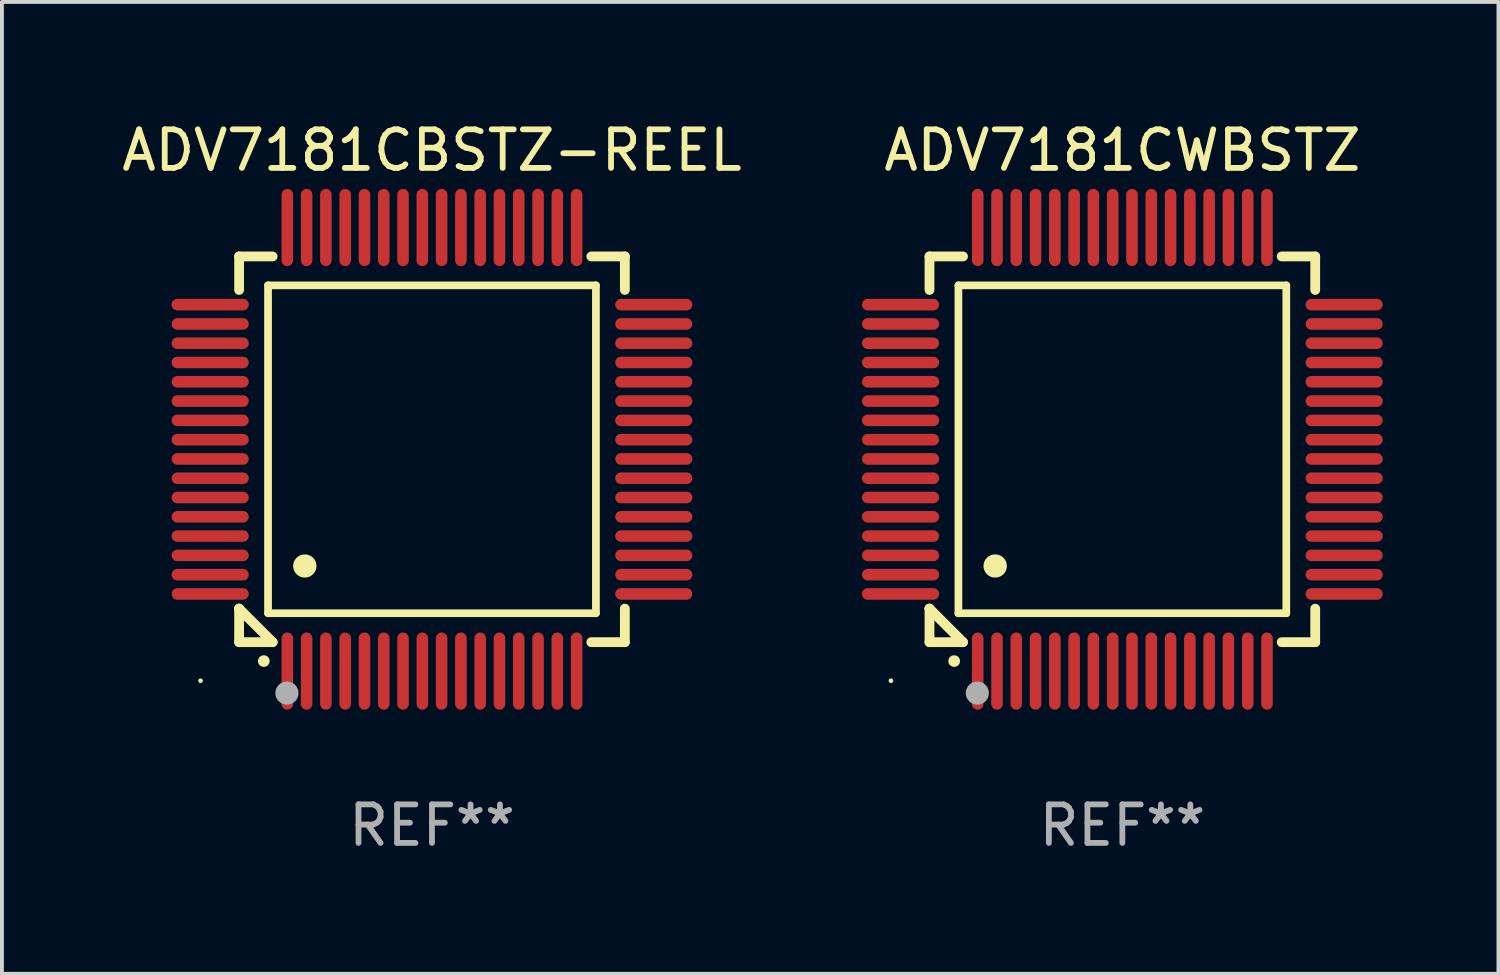
<source format=kicad_pcb>
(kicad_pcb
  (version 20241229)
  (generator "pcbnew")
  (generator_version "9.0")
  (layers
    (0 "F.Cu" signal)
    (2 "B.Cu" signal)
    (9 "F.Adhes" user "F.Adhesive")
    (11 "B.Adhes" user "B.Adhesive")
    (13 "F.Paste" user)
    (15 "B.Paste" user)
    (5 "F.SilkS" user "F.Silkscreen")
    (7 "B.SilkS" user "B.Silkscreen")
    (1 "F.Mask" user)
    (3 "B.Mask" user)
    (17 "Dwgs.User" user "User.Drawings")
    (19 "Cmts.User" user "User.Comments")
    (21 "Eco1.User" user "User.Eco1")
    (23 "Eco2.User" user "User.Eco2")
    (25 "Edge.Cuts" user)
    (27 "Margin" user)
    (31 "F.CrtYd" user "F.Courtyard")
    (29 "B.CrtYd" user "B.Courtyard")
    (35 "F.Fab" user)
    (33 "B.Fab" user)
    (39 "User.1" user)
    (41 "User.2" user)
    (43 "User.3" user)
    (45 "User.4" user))
  (footprint "ADV7181CBSTZ-REEL"
    (layer "F.Cu")
    (at 8.149 8.598)
    (property "Reference" "ADV7181CBSTZ-REEL" (at 0 -7.75 0) (layer "F.SilkS") (effects (font (size 1 1) (thickness 0.15))))
    (attr through_hole)
    (fp_line (start -5 -5) (end -4.131 -5) (stroke (width 0.254) (type solid)) (layer "F.SilkS"))
    (fp_line (start -5 -4.131) (end -5 -5) (stroke (width 0.254) (type solid)) (layer "F.SilkS"))
    (fp_line (start -5 4.131) (end -5 4.131) (stroke (width 0.254) (type solid)) (layer "F.SilkS"))
    (fp_line (start -5 5) (end -5 4.131) (stroke (width 0.254) (type solid)) (layer "F.SilkS"))
    (fp_line (start -5 4.131) (end -4.131 5) (stroke (width 0.254) (type solid)) (layer "F.SilkS"))
    (fp_line (start -4.25 -4.25) (end -4.25 4.25) (stroke (width 0.2) (type solid)) (layer "F.SilkS"))
    (fp_line (start -4.25 4.25) (end 4.25 4.25) (stroke (width 0.2) (type solid)) (layer "F.SilkS"))
    (fp_line (start -4.131 5) (end -5 5) (stroke (width 0.254) (type solid)) (layer "F.SilkS"))
    (fp_line (start 4.25 -4.25) (end -4.25 -4.25) (stroke (width 0.2) (type solid)) (layer "F.SilkS"))
    (fp_line (start 4.25 4.25) (end 4.25 -4.25) (stroke (width 0.2) (type solid)) (layer "F.SilkS"))
    (fp_line (start 5 -5) (end 4.131 -5) (stroke (width 0.254) (type solid)) (layer "F.SilkS"))
    (fp_line (start 5 -5) (end 5 -4.131) (stroke (width 0.254) (type solid)) (layer "F.SilkS"))
    (fp_line (start 5 4.131) (end 5 5) (stroke (width 0.254) (type solid)) (layer "F.SilkS"))
    (fp_line (start 5 5) (end 4.131 5) (stroke (width 0.254) (type solid)) (layer "F.SilkS"))
    (fp_arc (start -4.361265 5.489992) (mid -4.359995 5.489987) (end -4.358725 5.489992) (stroke (width 0.3) (type solid)) (layer "F.SilkS"))
    (fp_arc (start -3.299467 3.025146) (mid -3.296927 3.025135) (end -3.294387 3.025146) (stroke (width 0.6) (type solid)) (layer "F.SilkS"))
    (fp_circle (center -6 6) (end -5.97 6) (stroke (width 0.06) (type solid)) (fill no) (layer "F.SilkS"))
    (fp_circle (center -3.76 6.32) (end -3.61 6.32) (stroke (width 0.3) (type solid)) (fill no) (layer "F.Fab"))
    (fp_text user "REF**" (at 0 9.75 0) (layer "F.Fab") (effects (font (size 1 1) (thickness 0.15))))
    (pad "1" smd oval (at -3.75 5.75) (size 0.3 2) (layers "F.Cu" "F.Mask" "F.Paste"))
    (pad "2" smd oval (at -3.25 5.75) (size 0.3 2) (layers "F.Cu" "F.Mask" "F.Paste"))
    (pad "3" smd oval (at -2.75 5.75) (size 0.3 2) (layers "F.Cu" "F.Mask" "F.Paste"))
    (pad "4" smd oval (at -2.25 5.75) (size 0.3 2) (layers "F.Cu" "F.Mask" "F.Paste"))
    (pad "5" smd oval (at -1.75 5.75) (size 0.3 2) (layers "F.Cu" "F.Mask" "F.Paste"))
    (pad "6" smd oval (at -1.25 5.75) (size 0.3 2) (layers "F.Cu" "F.Mask" "F.Paste"))
    (pad "7" smd oval (at -0.75 5.75) (size 0.3 2) (layers "F.Cu" "F.Mask" "F.Paste"))
    (pad "8" smd oval (at -0.25 5.75) (size 0.3 2) (layers "F.Cu" "F.Mask" "F.Paste"))
    (pad "9" smd oval (at 0.25 5.75) (size 0.3 2) (layers "F.Cu" "F.Mask" "F.Paste"))
    (pad "10" smd oval (at 0.75 5.75) (size 0.3 2) (layers "F.Cu" "F.Mask" "F.Paste"))
    (pad "11" smd oval (at 1.25 5.75) (size 0.3 2) (layers "F.Cu" "F.Mask" "F.Paste"))
    (pad "12" smd oval (at 1.75 5.75) (size 0.3 2) (layers "F.Cu" "F.Mask" "F.Paste"))
    (pad "13" smd oval (at 2.25 5.75) (size 0.3 2) (layers "F.Cu" "F.Mask" "F.Paste"))
    (pad "14" smd oval (at 2.75 5.75) (size 0.3 2) (layers "F.Cu" "F.Mask" "F.Paste"))
    (pad "15" smd oval (at 3.25 5.75) (size 0.3 2) (layers "F.Cu" "F.Mask" "F.Paste"))
    (pad "16" smd oval (at 3.75 5.75) (size 0.3 2) (layers "F.Cu" "F.Mask" "F.Paste"))
    (pad "17" smd oval (at 5.75 3.75) (size 2 0.3) (layers "F.Cu" "F.Mask" "F.Paste"))
    (pad "18" smd oval (at 5.75 3.25) (size 2 0.3) (layers "F.Cu" "F.Mask" "F.Paste"))
    (pad "19" smd oval (at 5.75 2.75) (size 2 0.3) (layers "F.Cu" "F.Mask" "F.Paste"))
    (pad "20" smd oval (at 5.75 2.25) (size 2 0.3) (layers "F.Cu" "F.Mask" "F.Paste"))
    (pad "21" smd oval (at 5.75 1.75) (size 2 0.3) (layers "F.Cu" "F.Mask" "F.Paste"))
    (pad "22" smd oval (at 5.75 1.25) (size 2 0.3) (layers "F.Cu" "F.Mask" "F.Paste"))
    (pad "23" smd oval (at 5.75 0.75) (size 2 0.3) (layers "F.Cu" "F.Mask" "F.Paste"))
    (pad "24" smd oval (at 5.75 0.25) (size 2 0.3) (layers "F.Cu" "F.Mask" "F.Paste"))
    (pad "25" smd oval (at 5.75 -0.25) (size 2 0.3) (layers "F.Cu" "F.Mask" "F.Paste"))
    (pad "26" smd oval (at 5.75 -0.75) (size 2 0.3) (layers "F.Cu" "F.Mask" "F.Paste"))
    (pad "27" smd oval (at 5.75 -1.25) (size 2 0.3) (layers "F.Cu" "F.Mask" "F.Paste"))
    (pad "28" smd oval (at 5.75 -1.75) (size 2 0.3) (layers "F.Cu" "F.Mask" "F.Paste"))
    (pad "29" smd oval (at 5.75 -2.25) (size 2 0.3) (layers "F.Cu" "F.Mask" "F.Paste"))
    (pad "30" smd oval (at 5.75 -2.75) (size 2 0.3) (layers "F.Cu" "F.Mask" "F.Paste"))
    (pad "31" smd oval (at 5.75 -3.25) (size 2 0.3) (layers "F.Cu" "F.Mask" "F.Paste"))
    (pad "32" smd oval (at 5.75 -3.75) (size 2 0.3) (layers "F.Cu" "F.Mask" "F.Paste"))
    (pad "33" smd oval (at 3.75 -5.75) (size 0.3 2) (layers "F.Cu" "F.Mask" "F.Paste"))
    (pad "34" smd oval (at 3.25 -5.75) (size 0.3 2) (layers "F.Cu" "F.Mask" "F.Paste"))
    (pad "35" smd oval (at 2.75 -5.75) (size 0.3 2) (layers "F.Cu" "F.Mask" "F.Paste"))
    (pad "36" smd oval (at 2.25 -5.75) (size 0.3 2) (layers "F.Cu" "F.Mask" "F.Paste"))
    (pad "37" smd oval (at 1.75 -5.75) (size 0.3 2) (layers "F.Cu" "F.Mask" "F.Paste"))
    (pad "38" smd oval (at 1.25 -5.75) (size 0.3 2) (layers "F.Cu" "F.Mask" "F.Paste"))
    (pad "39" smd oval (at 0.75 -5.75) (size 0.3 2) (layers "F.Cu" "F.Mask" "F.Paste"))
    (pad "40" smd oval (at 0.25 -5.75) (size 0.3 2) (layers "F.Cu" "F.Mask" "F.Paste"))
    (pad "41" smd oval (at -0.25 -5.75) (size 0.3 2) (layers "F.Cu" "F.Mask" "F.Paste"))
    (pad "42" smd oval (at -0.75 -5.75) (size 0.3 2) (layers "F.Cu" "F.Mask" "F.Paste"))
    (pad "43" smd oval (at -1.25 -5.75) (size 0.3 2) (layers "F.Cu" "F.Mask" "F.Paste"))
    (pad "44" smd oval (at -1.75 -5.75) (size 0.3 2) (layers "F.Cu" "F.Mask" "F.Paste"))
    (pad "45" smd oval (at -2.25 -5.75) (size 0.3 2) (layers "F.Cu" "F.Mask" "F.Paste"))
    (pad "46" smd oval (at -2.75 -5.75) (size 0.3 2) (layers "F.Cu" "F.Mask" "F.Paste"))
    (pad "47" smd oval (at -3.25 -5.75) (size 0.3 2) (layers "F.Cu" "F.Mask" "F.Paste"))
    (pad "48" smd oval (at -3.75 -5.75) (size 0.3 2) (layers "F.Cu" "F.Mask" "F.Paste"))
    (pad "49" smd oval (at -5.75 -3.75) (size 2 0.3) (layers "F.Cu" "F.Mask" "F.Paste"))
    (pad "50" smd oval (at -5.75 -3.25) (size 2 0.3) (layers "F.Cu" "F.Mask" "F.Paste"))
    (pad "51" smd oval (at -5.75 -2.75) (size 2 0.3) (layers "F.Cu" "F.Mask" "F.Paste"))
    (pad "52" smd oval (at -5.75 -2.25) (size 2 0.3) (layers "F.Cu" "F.Mask" "F.Paste"))
    (pad "53" smd oval (at -5.75 -1.75) (size 2 0.3) (layers "F.Cu" "F.Mask" "F.Paste"))
    (pad "54" smd oval (at -5.75 -1.25) (size 2 0.3) (layers "F.Cu" "F.Mask" "F.Paste"))
    (pad "55" smd oval (at -5.75 -0.75) (size 2 0.3) (layers "F.Cu" "F.Mask" "F.Paste"))
    (pad "56" smd oval (at -5.75 -0.25) (size 2 0.3) (layers "F.Cu" "F.Mask" "F.Paste"))
    (pad "57" smd oval (at -5.75 0.25) (size 2 0.3) (layers "F.Cu" "F.Mask" "F.Paste"))
    (pad "58" smd oval (at -5.75 0.75) (size 2 0.3) (layers "F.Cu" "F.Mask" "F.Paste"))
    (pad "59" smd oval (at -5.75 1.25) (size 2 0.3) (layers "F.Cu" "F.Mask" "F.Paste"))
    (pad "60" smd oval (at -5.75 1.75) (size 2 0.3) (layers "F.Cu" "F.Mask" "F.Paste"))
    (pad "61" smd oval (at -5.75 2.25) (size 2 0.3) (layers "F.Cu" "F.Mask" "F.Paste"))
    (pad "62" smd oval (at -5.75 2.75) (size 2 0.3) (layers "F.Cu" "F.Mask" "F.Paste"))
    (pad "63" smd oval (at -5.75 3.25) (size 2 0.3) (layers "F.Cu" "F.Mask" "F.Paste"))
    (pad "64" smd oval (at -5.75 3.75) (size 2 0.3) (layers "F.Cu" "F.Mask" "F.Paste")))
  (footprint "ADV7181CWBSTZ"
    (layer "F.Cu")
    (at 26.047 8.598)
    (property "Reference" "ADV7181CWBSTZ" (at 0 -7.75 0) (layer "F.SilkS") (effects (font (size 1 1) (thickness 0.15))))
    (attr through_hole)
    (fp_line (start -5 -5) (end -4.131 -5) (stroke (width 0.254) (type solid)) (layer "F.SilkS"))
    (fp_line (start -5 -4.131) (end -5 -5) (stroke (width 0.254) (type solid)) (layer "F.SilkS"))
    (fp_line (start -5 4.131) (end -5 4.131) (stroke (width 0.254) (type solid)) (layer "F.SilkS"))
    (fp_line (start -5 5) (end -5 4.131) (stroke (width 0.254) (type solid)) (layer "F.SilkS"))
    (fp_line (start -5 4.131) (end -4.131 5) (stroke (width 0.254) (type solid)) (layer "F.SilkS"))
    (fp_line (start -4.25 -4.25) (end -4.25 4.25) (stroke (width 0.2) (type solid)) (layer "F.SilkS"))
    (fp_line (start -4.25 4.25) (end 4.25 4.25) (stroke (width 0.2) (type solid)) (layer "F.SilkS"))
    (fp_line (start -4.131 5) (end -5 5) (stroke (width 0.254) (type solid)) (layer "F.SilkS"))
    (fp_line (start 4.25 -4.25) (end -4.25 -4.25) (stroke (width 0.2) (type solid)) (layer "F.SilkS"))
    (fp_line (start 4.25 4.25) (end 4.25 -4.25) (stroke (width 0.2) (type solid)) (layer "F.SilkS"))
    (fp_line (start 5 -5) (end 4.131 -5) (stroke (width 0.254) (type solid)) (layer "F.SilkS"))
    (fp_line (start 5 -5) (end 5 -4.131) (stroke (width 0.254) (type solid)) (layer "F.SilkS"))
    (fp_line (start 5 4.131) (end 5 5) (stroke (width 0.254) (type solid)) (layer "F.SilkS"))
    (fp_line (start 5 5) (end 4.131 5) (stroke (width 0.254) (type solid)) (layer "F.SilkS"))
    (fp_arc (start -4.361265 5.489992) (mid -4.359995 5.489987) (end -4.358725 5.489992) (stroke (width 0.3) (type solid)) (layer "F.SilkS"))
    (fp_arc (start -3.299467 3.025146) (mid -3.296927 3.025135) (end -3.294387 3.025146) (stroke (width 0.6) (type solid)) (layer "F.SilkS"))
    (fp_circle (center -6 6) (end -5.97 6) (stroke (width 0.06) (type solid)) (fill no) (layer "F.SilkS"))
    (fp_circle (center -3.76 6.32) (end -3.61 6.32) (stroke (width 0.3) (type solid)) (fill no) (layer "F.Fab"))
    (fp_text user "REF**" (at 0 9.75 0) (layer "F.Fab") (effects (font (size 1 1) (thickness 0.15))))
    (pad "1" smd oval (at -3.75 5.75) (size 0.3 2) (layers "F.Cu" "F.Mask" "F.Paste"))
    (pad "2" smd oval (at -3.25 5.75) (size 0.3 2) (layers "F.Cu" "F.Mask" "F.Paste"))
    (pad "3" smd oval (at -2.75 5.75) (size 0.3 2) (layers "F.Cu" "F.Mask" "F.Paste"))
    (pad "4" smd oval (at -2.25 5.75) (size 0.3 2) (layers "F.Cu" "F.Mask" "F.Paste"))
    (pad "5" smd oval (at -1.75 5.75) (size 0.3 2) (layers "F.Cu" "F.Mask" "F.Paste"))
    (pad "6" smd oval (at -1.25 5.75) (size 0.3 2) (layers "F.Cu" "F.Mask" "F.Paste"))
    (pad "7" smd oval (at -0.75 5.75) (size 0.3 2) (layers "F.Cu" "F.Mask" "F.Paste"))
    (pad "8" smd oval (at -0.25 5.75) (size 0.3 2) (layers "F.Cu" "F.Mask" "F.Paste"))
    (pad "9" smd oval (at 0.25 5.75) (size 0.3 2) (layers "F.Cu" "F.Mask" "F.Paste"))
    (pad "10" smd oval (at 0.75 5.75) (size 0.3 2) (layers "F.Cu" "F.Mask" "F.Paste"))
    (pad "11" smd oval (at 1.25 5.75) (size 0.3 2) (layers "F.Cu" "F.Mask" "F.Paste"))
    (pad "12" smd oval (at 1.75 5.75) (size 0.3 2) (layers "F.Cu" "F.Mask" "F.Paste"))
    (pad "13" smd oval (at 2.25 5.75) (size 0.3 2) (layers "F.Cu" "F.Mask" "F.Paste"))
    (pad "14" smd oval (at 2.75 5.75) (size 0.3 2) (layers "F.Cu" "F.Mask" "F.Paste"))
    (pad "15" smd oval (at 3.25 5.75) (size 0.3 2) (layers "F.Cu" "F.Mask" "F.Paste"))
    (pad "16" smd oval (at 3.75 5.75) (size 0.3 2) (layers "F.Cu" "F.Mask" "F.Paste"))
    (pad "17" smd oval (at 5.75 3.75) (size 2 0.3) (layers "F.Cu" "F.Mask" "F.Paste"))
    (pad "18" smd oval (at 5.75 3.25) (size 2 0.3) (layers "F.Cu" "F.Mask" "F.Paste"))
    (pad "19" smd oval (at 5.75 2.75) (size 2 0.3) (layers "F.Cu" "F.Mask" "F.Paste"))
    (pad "20" smd oval (at 5.75 2.25) (size 2 0.3) (layers "F.Cu" "F.Mask" "F.Paste"))
    (pad "21" smd oval (at 5.75 1.75) (size 2 0.3) (layers "F.Cu" "F.Mask" "F.Paste"))
    (pad "22" smd oval (at 5.75 1.25) (size 2 0.3) (layers "F.Cu" "F.Mask" "F.Paste"))
    (pad "23" smd oval (at 5.75 0.75) (size 2 0.3) (layers "F.Cu" "F.Mask" "F.Paste"))
    (pad "24" smd oval (at 5.75 0.25) (size 2 0.3) (layers "F.Cu" "F.Mask" "F.Paste"))
    (pad "25" smd oval (at 5.75 -0.25) (size 2 0.3) (layers "F.Cu" "F.Mask" "F.Paste"))
    (pad "26" smd oval (at 5.75 -0.75) (size 2 0.3) (layers "F.Cu" "F.Mask" "F.Paste"))
    (pad "27" smd oval (at 5.75 -1.25) (size 2 0.3) (layers "F.Cu" "F.Mask" "F.Paste"))
    (pad "28" smd oval (at 5.75 -1.75) (size 2 0.3) (layers "F.Cu" "F.Mask" "F.Paste"))
    (pad "29" smd oval (at 5.75 -2.25) (size 2 0.3) (layers "F.Cu" "F.Mask" "F.Paste"))
    (pad "30" smd oval (at 5.75 -2.75) (size 2 0.3) (layers "F.Cu" "F.Mask" "F.Paste"))
    (pad "31" smd oval (at 5.75 -3.25) (size 2 0.3) (layers "F.Cu" "F.Mask" "F.Paste"))
    (pad "32" smd oval (at 5.75 -3.75) (size 2 0.3) (layers "F.Cu" "F.Mask" "F.Paste"))
    (pad "33" smd oval (at 3.75 -5.75) (size 0.3 2) (layers "F.Cu" "F.Mask" "F.Paste"))
    (pad "34" smd oval (at 3.25 -5.75) (size 0.3 2) (layers "F.Cu" "F.Mask" "F.Paste"))
    (pad "35" smd oval (at 2.75 -5.75) (size 0.3 2) (layers "F.Cu" "F.Mask" "F.Paste"))
    (pad "36" smd oval (at 2.25 -5.75) (size 0.3 2) (layers "F.Cu" "F.Mask" "F.Paste"))
    (pad "37" smd oval (at 1.75 -5.75) (size 0.3 2) (layers "F.Cu" "F.Mask" "F.Paste"))
    (pad "38" smd oval (at 1.25 -5.75) (size 0.3 2) (layers "F.Cu" "F.Mask" "F.Paste"))
    (pad "39" smd oval (at 0.75 -5.75) (size 0.3 2) (layers "F.Cu" "F.Mask" "F.Paste"))
    (pad "40" smd oval (at 0.25 -5.75) (size 0.3 2) (layers "F.Cu" "F.Mask" "F.Paste"))
    (pad "41" smd oval (at -0.25 -5.75) (size 0.3 2) (layers "F.Cu" "F.Mask" "F.Paste"))
    (pad "42" smd oval (at -0.75 -5.75) (size 0.3 2) (layers "F.Cu" "F.Mask" "F.Paste"))
    (pad "43" smd oval (at -1.25 -5.75) (size 0.3 2) (layers "F.Cu" "F.Mask" "F.Paste"))
    (pad "44" smd oval (at -1.75 -5.75) (size 0.3 2) (layers "F.Cu" "F.Mask" "F.Paste"))
    (pad "45" smd oval (at -2.25 -5.75) (size 0.3 2) (layers "F.Cu" "F.Mask" "F.Paste"))
    (pad "46" smd oval (at -2.75 -5.75) (size 0.3 2) (layers "F.Cu" "F.Mask" "F.Paste"))
    (pad "47" smd oval (at -3.25 -5.75) (size 0.3 2) (layers "F.Cu" "F.Mask" "F.Paste"))
    (pad "48" smd oval (at -3.75 -5.75) (size 0.3 2) (layers "F.Cu" "F.Mask" "F.Paste"))
    (pad "49" smd oval (at -5.75 -3.75) (size 2 0.3) (layers "F.Cu" "F.Mask" "F.Paste"))
    (pad "50" smd oval (at -5.75 -3.25) (size 2 0.3) (layers "F.Cu" "F.Mask" "F.Paste"))
    (pad "51" smd oval (at -5.75 -2.75) (size 2 0.3) (layers "F.Cu" "F.Mask" "F.Paste"))
    (pad "52" smd oval (at -5.75 -2.25) (size 2 0.3) (layers "F.Cu" "F.Mask" "F.Paste"))
    (pad "53" smd oval (at -5.75 -1.75) (size 2 0.3) (layers "F.Cu" "F.Mask" "F.Paste"))
    (pad "54" smd oval (at -5.75 -1.25) (size 2 0.3) (layers "F.Cu" "F.Mask" "F.Paste"))
    (pad "55" smd oval (at -5.75 -0.75) (size 2 0.3) (layers "F.Cu" "F.Mask" "F.Paste"))
    (pad "56" smd oval (at -5.75 -0.25) (size 2 0.3) (layers "F.Cu" "F.Mask" "F.Paste"))
    (pad "57" smd oval (at -5.75 0.25) (size 2 0.3) (layers "F.Cu" "F.Mask" "F.Paste"))
    (pad "58" smd oval (at -5.75 0.75) (size 2 0.3) (layers "F.Cu" "F.Mask" "F.Paste"))
    (pad "59" smd oval (at -5.75 1.25) (size 2 0.3) (layers "F.Cu" "F.Mask" "F.Paste"))
    (pad "60" smd oval (at -5.75 1.75) (size 2 0.3) (layers "F.Cu" "F.Mask" "F.Paste"))
    (pad "61" smd oval (at -5.75 2.25) (size 2 0.3) (layers "F.Cu" "F.Mask" "F.Paste"))
    (pad "62" smd oval (at -5.75 2.75) (size 2 0.3) (layers "F.Cu" "F.Mask" "F.Paste"))
    (pad "63" smd oval (at -5.75 3.25) (size 2 0.3) (layers "F.Cu" "F.Mask" "F.Paste"))
    (pad "64" smd oval (at -5.75 3.75) (size 2 0.3) (layers "F.Cu" "F.Mask" "F.Paste")))
  (gr_rect
    (start -3 -3)
    (end 35.797 22.196)
    (stroke (width 0.1) (type default))
    (fill no)
    (layer "Edge.Cuts")))
</source>
